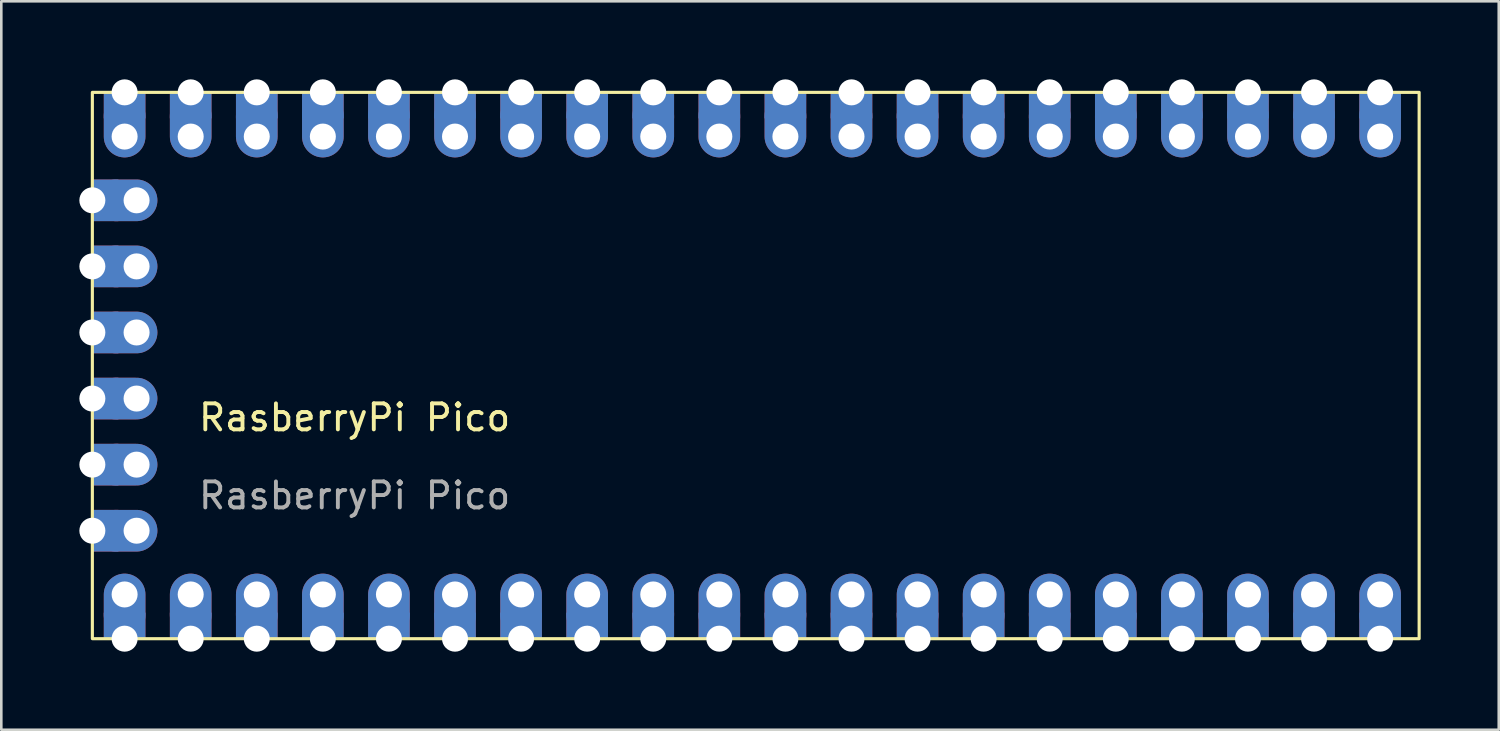
<source format=kicad_pcb>
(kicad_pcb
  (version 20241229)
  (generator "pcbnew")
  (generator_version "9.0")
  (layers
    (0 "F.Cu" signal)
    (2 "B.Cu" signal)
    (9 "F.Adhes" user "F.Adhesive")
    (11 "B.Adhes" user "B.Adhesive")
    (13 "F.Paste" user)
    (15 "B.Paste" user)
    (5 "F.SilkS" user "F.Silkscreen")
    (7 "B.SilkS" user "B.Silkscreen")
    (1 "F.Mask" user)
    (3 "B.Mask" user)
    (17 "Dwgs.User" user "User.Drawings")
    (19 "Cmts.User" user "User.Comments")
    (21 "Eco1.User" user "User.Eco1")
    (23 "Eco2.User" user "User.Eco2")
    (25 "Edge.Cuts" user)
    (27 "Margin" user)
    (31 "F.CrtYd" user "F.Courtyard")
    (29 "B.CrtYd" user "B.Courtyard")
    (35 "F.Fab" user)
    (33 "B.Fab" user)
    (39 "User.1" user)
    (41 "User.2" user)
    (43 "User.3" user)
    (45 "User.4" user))
  (footprint "RasberryPi Pico"
    (layer "F.Cu")
    (at 0.5 0.5)
    (property "Reference" "RasberryPi Pico" (at 10.08 12.5 0) (unlocked yes) (layer "F.SilkS") (effects (font (size 1 1) (thickness 0.15))))
    (attr smd)
    (fp_rect (start 0 0) (end 51 21) (stroke (width 0.12) (type solid)) (fill no) (layer "F.SilkS"))
    (fp_text user "${REFERENCE}" (at 10.08 15.5 0) (unlocked yes) (layer "F.Fab") (effects (font (size 1 1) (thickness 0.15))))
    (pad "1" thru_hole rect (at 49.5 0) (size 1.6 1) (drill 1 (offset 0 0.5)) (layers "*.Cu" "*.Mask"))
    (pad "1" thru_hole oval (at 49.5 1.7) (size 1.6 2.4) (drill 1 (offset 0 -0.4)) (layers "*.Cu" "*.Mask"))
    (pad "2" thru_hole rect (at 46.96 0) (size 1.6 1) (drill 1 (offset 0 0.5)) (layers "*.Cu" "*.Mask"))
    (pad "2" thru_hole oval (at 46.96 1.7) (size 1.6 2.4) (drill 1 (offset 0 -0.4)) (layers "*.Cu" "*.Mask"))
    (pad "3" thru_hole rect (at 44.42 0) (size 1.6 1) (drill 1 (offset 0 0.5)) (layers "*.Cu" "*.Mask"))
    (pad "3" thru_hole oval (at 44.42 1.7) (size 1.6 2.4) (drill 1 (offset 0 -0.4)) (layers "*.Cu" "*.Mask"))
    (pad "4" thru_hole rect (at 41.88 0) (size 1.6 1) (drill 1 (offset 0 0.5)) (layers "*.Cu" "*.Mask"))
    (pad "4" thru_hole oval (at 41.88 1.7) (size 1.6 2.4) (drill 1 (offset 0 -0.4)) (layers "*.Cu" "*.Mask"))
    (pad "5" thru_hole rect (at 39.34 0) (size 1.6 1) (drill 1 (offset 0 0.5)) (layers "*.Cu" "*.Mask"))
    (pad "5" thru_hole oval (at 39.34 1.7) (size 1.6 2.4) (drill 1 (offset 0 -0.4)) (layers "*.Cu" "*.Mask"))
    (pad "6" thru_hole rect (at 36.8 0) (size 1.6 1) (drill 1 (offset 0 0.5)) (layers "*.Cu" "*.Mask"))
    (pad "6" thru_hole oval (at 36.8 1.7) (size 1.6 2.4) (drill 1 (offset 0 -0.4)) (layers "*.Cu" "*.Mask"))
    (pad "7" thru_hole rect (at 34.26 0) (size 1.6 1) (drill 1 (offset 0 0.5)) (layers "*.Cu" "*.Mask"))
    (pad "7" thru_hole oval (at 34.26 1.7) (size 1.6 2.4) (drill 1 (offset 0 -0.4)) (layers "*.Cu" "*.Mask"))
    (pad "8" thru_hole rect (at 31.72 0) (size 1.6 1) (drill 1 (offset 0 0.5)) (layers "*.Cu" "*.Mask"))
    (pad "8" thru_hole oval (at 31.72 1.7) (size 1.6 2.4) (drill 1 (offset 0 -0.4)) (layers "*.Cu" "*.Mask"))
    (pad "9" thru_hole rect (at 29.18 0) (size 1.6 1) (drill 1 (offset 0 0.5)) (layers "*.Cu" "*.Mask"))
    (pad "9" thru_hole oval (at 29.18 1.7) (size 1.6 2.4) (drill 1 (offset 0 -0.4)) (layers "*.Cu" "*.Mask"))
    (pad "10" thru_hole rect (at 26.64 0) (size 1.6 1) (drill 1 (offset 0 0.5)) (layers "*.Cu" "*.Mask"))
    (pad "10" thru_hole oval (at 26.64 1.7) (size 1.6 2.4) (drill 1 (offset 0 -0.4)) (layers "*.Cu" "*.Mask"))
    (pad "11" thru_hole rect (at 24.1 0) (size 1.6 1) (drill 1 (offset 0 0.5)) (layers "*.Cu" "*.Mask"))
    (pad "11" thru_hole oval (at 24.1 1.7) (size 1.6 2.4) (drill 1 (offset 0 -0.4)) (layers "*.Cu" "*.Mask"))
    (pad "12" thru_hole rect (at 21.56 0) (size 1.6 1) (drill 1 (offset 0 0.5)) (layers "*.Cu" "*.Mask"))
    (pad "12" thru_hole oval (at 21.56 1.7) (size 1.6 2.4) (drill 1 (offset 0 -0.4)) (layers "*.Cu" "*.Mask"))
    (pad "13" thru_hole rect (at 19.02 0) (size 1.6 1) (drill 1 (offset 0 0.5)) (layers "*.Cu" "*.Mask"))
    (pad "13" thru_hole oval (at 19.02 1.7) (size 1.6 2.4) (drill 1 (offset 0 -0.4)) (layers "*.Cu" "*.Mask"))
    (pad "14" thru_hole rect (at 16.48 0) (size 1.6 1) (drill 1 (offset 0 0.5)) (layers "*.Cu" "*.Mask"))
    (pad "14" thru_hole oval (at 16.48 1.7) (size 1.6 2.4) (drill 1 (offset 0 -0.4)) (layers "*.Cu" "*.Mask"))
    (pad "15" thru_hole rect (at 13.94 0) (size 1.6 1) (drill 1 (offset 0 0.5)) (layers "*.Cu" "*.Mask"))
    (pad "15" thru_hole oval (at 13.94 1.7) (size 1.6 2.4) (drill 1 (offset 0 -0.4)) (layers "*.Cu" "*.Mask"))
    (pad "16" thru_hole rect (at 11.4 0) (size 1.6 1) (drill 1 (offset 0 0.5)) (layers "*.Cu" "*.Mask"))
    (pad "16" thru_hole oval (at 11.4 1.7) (size 1.6 2.4) (drill 1 (offset 0 -0.4)) (layers "*.Cu" "*.Mask"))
    (pad "17" thru_hole rect (at 8.86 0) (size 1.6 1) (drill 1 (offset 0 0.5)) (layers "*.Cu" "*.Mask"))
    (pad "17" thru_hole oval (at 8.86 1.7) (size 1.6 2.4) (drill 1 (offset 0 -0.4)) (layers "*.Cu" "*.Mask"))
    (pad "18" thru_hole rect (at 6.32 0) (size 1.6 1) (drill 1 (offset 0 0.5)) (layers "*.Cu" "*.Mask"))
    (pad "18" thru_hole oval (at 6.32 1.7) (size 1.6 2.4) (drill 1 (offset 0 -0.4)) (layers "*.Cu" "*.Mask"))
    (pad "19" thru_hole rect (at 3.78 0) (size 1.6 1) (drill 1 (offset 0 0.5)) (layers "*.Cu" "*.Mask"))
    (pad "19" thru_hole oval (at 3.78 1.7) (size 1.6 2.4) (drill 1 (offset 0 -0.4)) (layers "*.Cu" "*.Mask"))
    (pad "20" thru_hole rect (at 1.24 0) (size 1.6 1) (drill 1 (offset 0 0.5)) (layers "*.Cu" "*.Mask"))
    (pad "20" thru_hole oval (at 1.24 1.7) (size 1.6 2.4) (drill 1 (offset 0 -0.4)) (layers "*.Cu" "*.Mask"))
    (pad "21" thru_hole rect (at 0 4.15 90) (size 1.6 1) (drill 1 (offset 0 0.5)) (layers "*.Cu" "*.Mask"))
    (pad "21" thru_hole oval (at 1.7 4.15 90) (size 1.6 2.4) (drill 1 (offset 0 -0.4)) (layers "*.Cu" "*.Mask"))
    (pad "22" thru_hole rect (at 0 6.69 90) (size 1.6 1) (drill 1 (offset 0 0.5)) (layers "*.Cu" "*.Mask"))
    (pad "22" thru_hole oval (at 1.7 6.69 90) (size 1.6 2.4) (drill 1 (offset 0 -0.4)) (layers "*.Cu" "*.Mask"))
    (pad "23" thru_hole rect (at 0 9.23 90) (size 1.6 1) (drill 1 (offset 0 0.5)) (layers "*.Cu" "*.Mask"))
    (pad "23" thru_hole oval (at 1.7 9.23 90) (size 1.6 2.4) (drill 1 (offset 0 -0.4)) (layers "*.Cu" "*.Mask"))
    (pad "24" thru_hole rect (at 0 11.77 90) (size 1.6 1) (drill 1 (offset 0 0.5)) (layers "*.Cu" "*.Mask"))
    (pad "24" thru_hole oval (at 1.7 11.77 90) (size 1.6 2.4) (drill 1 (offset 0 -0.4)) (layers "*.Cu" "*.Mask"))
    (pad "25" thru_hole rect (at 0 14.31 90) (size 1.6 1) (drill 1 (offset 0 0.5)) (layers "*.Cu" "*.Mask"))
    (pad "25" thru_hole oval (at 1.7 14.31 90) (size 1.6 2.4) (drill 1 (offset 0 -0.4)) (layers "*.Cu" "*.Mask"))
    (pad "26" thru_hole rect (at 0 16.85 90) (size 1.6 1) (drill 1 (offset 0 0.5)) (layers "*.Cu" "*.Mask"))
    (pad "26" thru_hole oval (at 1.7 16.85 90) (size 1.6 2.4) (drill 1 (offset 0 -0.4)) (layers "*.Cu" "*.Mask"))
    (pad "27" thru_hole oval (at 1.24 19.3 180) (size 1.6 2.4) (drill 1 (offset 0 -0.4)) (layers "*.Cu" "*.Mask"))
    (pad "27" thru_hole rect (at 1.24 21 180) (size 1.6 1) (drill 1 (offset 0 0.5)) (layers "*.Cu" "*.Mask"))
    (pad "28" thru_hole oval (at 3.78 19.3 180) (size 1.6 2.4) (drill 1 (offset 0 -0.4)) (layers "*.Cu" "*.Mask"))
    (pad "28" thru_hole rect (at 3.78 21 180) (size 1.6 1) (drill 1 (offset 0 0.5)) (layers "*.Cu" "*.Mask"))
    (pad "29" thru_hole oval (at 6.32 19.3 180) (size 1.6 2.4) (drill 1 (offset 0 -0.4)) (layers "*.Cu" "*.Mask"))
    (pad "29" thru_hole rect (at 6.32 21 180) (size 1.6 1) (drill 1 (offset 0 0.5)) (layers "*.Cu" "*.Mask"))
    (pad "30" thru_hole oval (at 8.86 19.3 180) (size 1.6 2.4) (drill 1 (offset 0 -0.4)) (layers "*.Cu" "*.Mask"))
    (pad "30" thru_hole rect (at 8.86 21 180) (size 1.6 1) (drill 1 (offset 0 0.5)) (layers "*.Cu" "*.Mask"))
    (pad "31" thru_hole oval (at 11.4 19.3 180) (size 1.6 2.4) (drill 1 (offset 0 -0.4)) (layers "*.Cu" "*.Mask"))
    (pad "31" thru_hole rect (at 11.4 21 180) (size 1.6 1) (drill 1 (offset 0 0.5)) (layers "*.Cu" "*.Mask"))
    (pad "32" thru_hole oval (at 13.94 19.3 180) (size 1.6 2.4) (drill 1 (offset 0 -0.4)) (layers "*.Cu" "*.Mask"))
    (pad "32" thru_hole rect (at 13.94 21 180) (size 1.6 1) (drill 1 (offset 0 0.5)) (layers "*.Cu" "*.Mask"))
    (pad "33" thru_hole oval (at 16.48 19.3 180) (size 1.6 2.4) (drill 1 (offset 0 -0.4)) (layers "*.Cu" "*.Mask"))
    (pad "33" thru_hole rect (at 16.48 21 180) (size 1.6 1) (drill 1 (offset 0 0.5)) (layers "*.Cu" "*.Mask"))
    (pad "34" thru_hole oval (at 19.02 19.3 180) (size 1.6 2.4) (drill 1 (offset 0 -0.4)) (layers "*.Cu" "*.Mask"))
    (pad "34" thru_hole rect (at 19.02 21 180) (size 1.6 1) (drill 1 (offset 0 0.5)) (layers "*.Cu" "*.Mask"))
    (pad "35" thru_hole oval (at 21.56 19.3 180) (size 1.6 2.4) (drill 1 (offset 0 -0.4)) (layers "*.Cu" "*.Mask"))
    (pad "35" thru_hole rect (at 21.56 21 180) (size 1.6 1) (drill 1 (offset 0 0.5)) (layers "*.Cu" "*.Mask"))
    (pad "36" thru_hole oval (at 24.1 19.3 180) (size 1.6 2.4) (drill 1 (offset 0 -0.4)) (layers "*.Cu" "*.Mask"))
    (pad "36" thru_hole rect (at 24.1 21 180) (size 1.6 1) (drill 1 (offset 0 0.5)) (layers "*.Cu" "*.Mask"))
    (pad "37" thru_hole oval (at 26.64 19.3 180) (size 1.6 2.4) (drill 1 (offset 0 -0.4)) (layers "*.Cu" "*.Mask"))
    (pad "37" thru_hole rect (at 26.64 21 180) (size 1.6 1) (drill 1 (offset 0 0.5)) (layers "*.Cu" "*.Mask"))
    (pad "38" thru_hole oval (at 29.18 19.3 180) (size 1.6 2.4) (drill 1 (offset 0 -0.4)) (layers "*.Cu" "*.Mask"))
    (pad "38" thru_hole rect (at 29.18 21 180) (size 1.6 1) (drill 1 (offset 0 0.5)) (layers "*.Cu" "*.Mask"))
    (pad "39" thru_hole oval (at 31.72 19.3 180) (size 1.6 2.4) (drill 1 (offset 0 -0.4)) (layers "*.Cu" "*.Mask"))
    (pad "39" thru_hole rect (at 31.72 21 180) (size 1.6 1) (drill 1 (offset 0 0.5)) (layers "*.Cu" "*.Mask"))
    (pad "40" thru_hole oval (at 34.26 19.3 180) (size 1.6 2.4) (drill 1 (offset 0 -0.4)) (layers "*.Cu" "*.Mask"))
    (pad "40" thru_hole rect (at 34.26 21 180) (size 1.6 1) (drill 1 (offset 0 0.5)) (layers "*.Cu" "*.Mask"))
    (pad "41" thru_hole oval (at 36.8 19.3 180) (size 1.6 2.4) (drill 1 (offset 0 -0.4)) (layers "*.Cu" "*.Mask"))
    (pad "41" thru_hole rect (at 36.8 21 180) (size 1.6 1) (drill 1 (offset 0 0.5)) (layers "*.Cu" "*.Mask"))
    (pad "42" thru_hole oval (at 39.34 19.3 180) (size 1.6 2.4) (drill 1 (offset 0 -0.4)) (layers "*.Cu" "*.Mask"))
    (pad "42" thru_hole rect (at 39.34 21 180) (size 1.6 1) (drill 1 (offset 0 0.5)) (layers "*.Cu" "*.Mask"))
    (pad "43" thru_hole oval (at 41.88 19.3 180) (size 1.6 2.4) (drill 1 (offset 0 -0.4)) (layers "*.Cu" "*.Mask"))
    (pad "43" thru_hole rect (at 41.88 21 180) (size 1.6 1) (drill 1 (offset 0 0.5)) (layers "*.Cu" "*.Mask"))
    (pad "44" thru_hole oval (at 44.42 19.3 180) (size 1.6 2.4) (drill 1 (offset 0 -0.4)) (layers "*.Cu" "*.Mask"))
    (pad "44" thru_hole rect (at 44.42 21 180) (size 1.6 1) (drill 1 (offset 0 0.5)) (layers "*.Cu" "*.Mask"))
    (pad "45" thru_hole oval (at 46.96 19.3 180) (size 1.6 2.4) (drill 1 (offset 0 -0.4)) (layers "*.Cu" "*.Mask"))
    (pad "45" thru_hole rect (at 46.96 21 180) (size 1.6 1) (drill 1 (offset 0 0.5)) (layers "*.Cu" "*.Mask"))
    (pad "46" thru_hole oval (at 49.5 19.3 180) (size 1.6 2.4) (drill 1 (offset 0 -0.4)) (layers "*.Cu" "*.Mask"))
    (pad "46" thru_hole rect (at 49.5 21 180) (size 1.6 1) (drill 1 (offset 0 0.5)) (layers "*.Cu" "*.Mask")))
  (gr_rect
    (start -3 -3)
    (end 54.56 25)
    (stroke (width 0.1) (type default))
    (fill no)
    (layer "Edge.Cuts")))
</source>
